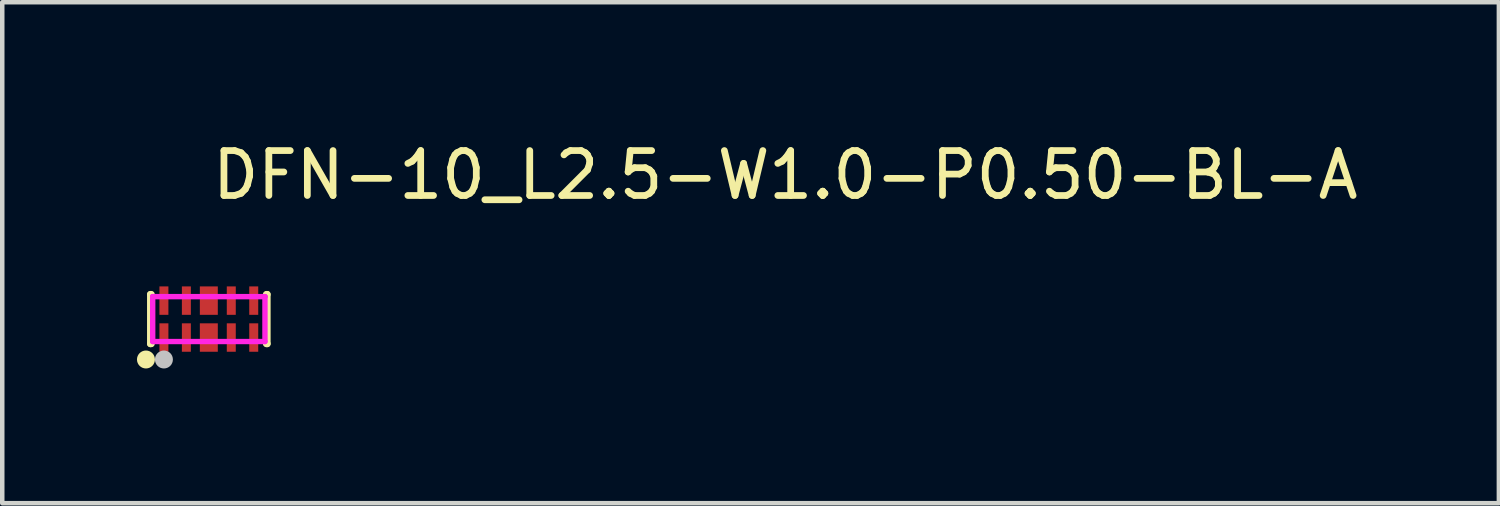
<source format=kicad_pcb>
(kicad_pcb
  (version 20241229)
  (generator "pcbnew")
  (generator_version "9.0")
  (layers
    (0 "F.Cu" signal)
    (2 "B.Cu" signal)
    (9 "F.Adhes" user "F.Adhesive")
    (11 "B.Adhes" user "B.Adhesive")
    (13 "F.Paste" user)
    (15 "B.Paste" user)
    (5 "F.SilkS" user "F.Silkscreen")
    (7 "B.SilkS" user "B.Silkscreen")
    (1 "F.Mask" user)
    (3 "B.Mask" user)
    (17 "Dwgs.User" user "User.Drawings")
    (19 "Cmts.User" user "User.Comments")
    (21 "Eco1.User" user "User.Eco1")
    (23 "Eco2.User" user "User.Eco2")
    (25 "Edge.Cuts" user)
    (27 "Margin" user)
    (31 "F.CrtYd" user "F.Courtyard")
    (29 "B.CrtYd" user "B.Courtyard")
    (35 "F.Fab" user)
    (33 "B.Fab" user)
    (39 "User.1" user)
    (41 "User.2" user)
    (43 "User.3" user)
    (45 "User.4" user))
  (footprint "DFN-10_L2.5-W1.0-P0.50-BL-A"
    (layer "F.Cu")
    (at 1.6 4.055)
    (property "Reference" "DFN-10_L2.5-W1.0-P0.50-BL-A" (at 0 -3.207 0) (layer "F.SilkS") (effects (font (size 1 1) (thickness 0.15)) (justify left)))
    (attr through_hole)
    (fp_line (start -1.3 -0.55) (end -1.3 0.55) (stroke (width 0.152) (type solid)) (layer "F.SilkS"))
    (fp_line (start -1.3 0.55) (end -1.28 0.55) (stroke (width 0.152) (type solid)) (layer "F.SilkS"))
    (fp_line (start -1.28 -0.55) (end -1.3 -0.55) (stroke (width 0.152) (type solid)) (layer "F.SilkS"))
    (fp_line (start 1.28 0.55) (end 1.3 0.55) (stroke (width 0.152) (type solid)) (layer "F.SilkS"))
    (fp_line (start 1.3 -0.55) (end 1.28 -0.55) (stroke (width 0.152) (type solid)) (layer "F.SilkS"))
    (fp_line (start 1.3 0.55) (end 1.3 -0.55) (stroke (width 0.152) (type solid)) (layer "F.SilkS"))
    (fp_circle (center -1.4 0.9) (end -1.3 0.9) (stroke (width 0.2) (type solid)) (fill no) (layer "F.SilkS"))
    (fp_circle (center -1 0.9) (end -0.9 0.9) (stroke (width 0.2) (type solid)) (fill no) (layer "Dwgs.User"))
    (fp_circle (center -1.25 0.5) (end -1.22 0.5) (stroke (width 0.06) (type solid)) (fill no) (layer "Eco2.User"))
    (fp_poly (pts (xy -0.9 -0.5) (xy -0.9 -0.12) (xy -1.1 -0.12) (xy -1.1 -0.5)) (stroke (width 0.12) (type solid)) (fill no) (layer "Eco2.User"))
    (fp_poly (pts (xy -0.9 0.5) (xy -0.9 0.12) (xy -1.1 0.12) (xy -1.1 0.5)) (stroke (width 0.12) (type solid)) (fill no) (layer "Eco2.User"))
    (fp_poly (pts (xy -0.4 -0.5) (xy -0.4 -0.12) (xy -0.6 -0.12) (xy -0.6 -0.5)) (stroke (width 0.12) (type solid)) (fill no) (layer "Eco2.User"))
    (fp_poly (pts (xy -0.4 0.5) (xy -0.4 0.12) (xy -0.6 0.12) (xy -0.6 0.5)) (stroke (width 0.12) (type solid)) (fill no) (layer "Eco2.User"))
    (fp_poly (pts (xy 0.2 -0.45) (xy 0.2 -0.2) (xy -0.2 -0.2) (xy -0.2 -0.45)) (stroke (width 0.12) (type solid)) (fill no) (layer "Eco2.User"))
    (fp_poly (pts (xy 0.6 -0.5) (xy 0.6 -0.12) (xy 0.4 -0.12) (xy 0.4 -0.5)) (stroke (width 0.12) (type solid)) (fill no) (layer "Eco2.User"))
    (fp_poly (pts (xy 0.6 0.5) (xy 0.6 0.12) (xy 0.4 0.12) (xy 0.4 0.5)) (stroke (width 0.12) (type solid)) (fill no) (layer "Eco2.User"))
    (fp_poly (pts (xy 1.1 -0.5) (xy 1.1 -0.12) (xy 0.9 -0.12) (xy 0.9 -0.5)) (stroke (width 0.12) (type solid)) (fill no) (layer "Eco2.User"))
    (fp_poly (pts (xy 1.1 0.5) (xy 1.1 0.12) (xy 0.9 0.12) (xy 0.9 0.5)) (stroke (width 0.12) (type solid)) (fill no) (layer "Eco2.User"))
    (fp_poly (pts (xy -0.2 0.45) (xy 0.2 0.45) (xy 0.2 0.2) (xy 0.1 0.2) (xy 0.1 0.1) (xy -0.1 0.1) (xy -0.1 0.2) (xy -0.2 0.2)) (stroke (width 0.12) (type solid)) (fill no) (layer "Eco2.User"))
    (fp_line (start -1.25 -0.5) (end -1.25 -0.5) (stroke (width 0.12) (type solid)) (layer "F.CrtYd"))
    (fp_line (start -1.25 -0.5) (end -1.25 0.5) (stroke (width 0.12) (type solid)) (layer "F.CrtYd"))
    (fp_line (start -1.25 0.5) (end 1.25 0.5) (stroke (width 0.12) (type solid)) (layer "F.CrtYd"))
    (fp_line (start 1.25 -0.5) (end -1.25 -0.5) (stroke (width 0.12) (type solid)) (layer "F.CrtYd"))
    (fp_line (start 1.25 -0.5) (end 1.25 -0.5) (stroke (width 0.12) (type solid)) (layer "F.CrtYd"))
    (fp_line (start 1.25 0.5) (end 1.25 -0.5) (stroke (width 0.12) (type solid)) (layer "F.CrtYd"))
    (pad "1" smd rect (at -1 0.411) (size 0.2 0.633) (layers "F.Cu" "F.Mask" "F.Paste"))
    (pad "2" smd rect (at -0.5 0.411) (size 0.2 0.633) (layers "F.Cu" "F.Mask" "F.Paste"))
    (pad "3" smd rect (at 0 0.411) (size 0.4 0.633) (layers "F.Cu" "F.Mask" "F.Paste"))
    (pad "4" smd rect (at 0.5 0.411) (size 0.2 0.633) (layers "F.Cu" "F.Mask" "F.Paste"))
    (pad "5" smd rect (at 1 0.411) (size 0.2 0.633) (layers "F.Cu" "F.Mask" "F.Paste"))
    (pad "6" smd rect (at 1 -0.411) (size 0.2 0.633) (layers "F.Cu" "F.Mask" "F.Paste"))
    (pad "7" smd rect (at 0.5 -0.411) (size 0.2 0.633) (layers "F.Cu" "F.Mask" "F.Paste"))
    (pad "8" smd rect (at 0 -0.411) (size 0.4 0.633) (layers "F.Cu" "F.Mask" "F.Paste"))
    (pad "9" smd rect (at -0.5 -0.411) (size 0.2 0.633) (layers "F.Cu" "F.Mask" "F.Paste"))
    (pad "10" smd rect (at -1 -0.411) (size 0.2 0.633) (layers "F.Cu" "F.Mask" "F.Paste")))
  (gr_rect
    (start -3 -3)
    (end 30.326 8.155)
    (stroke (width 0.1) (type default))
    (fill no)
    (layer "Edge.Cuts")))
</source>
